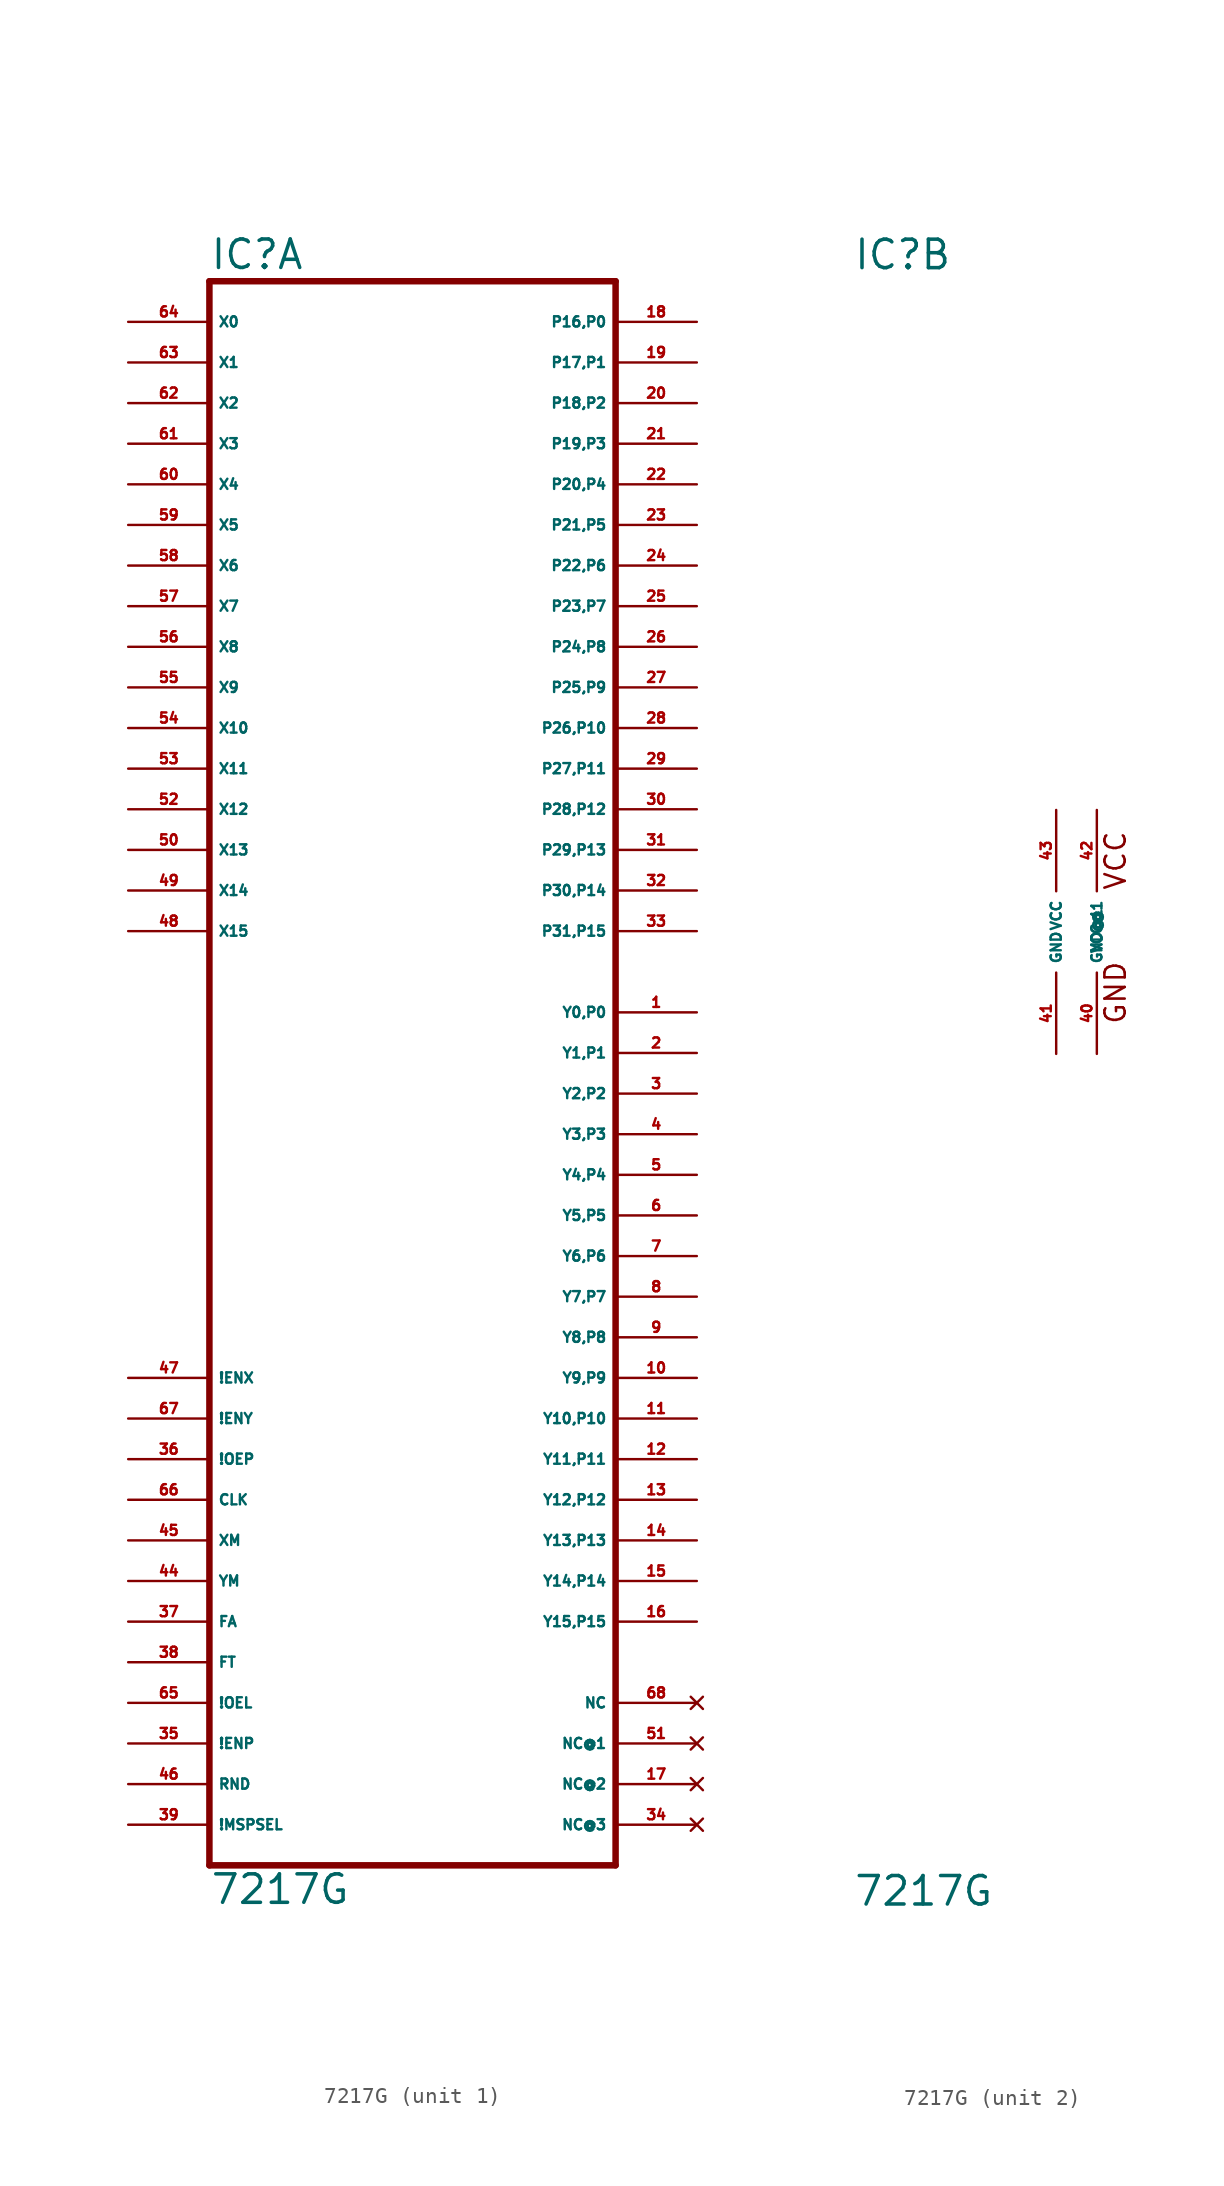
<source format=kicad_sym>
(kicad_symbol_lib
  (version 20220914)
  (generator Eagle2Kicad)
  (symbol "7217G"
    (property "Reference" "IC"
      (at -12.7 41.275 0)
      (effects (font (size 1.778 1.778) (thickness 0.22)) (justify left bottom)))
    (property "Value" "7217G"
      (at -12.7 -60.96 0)
      (effects (font (size 1.778 1.778) (thickness 0.22)) (justify left bottom)))
    (symbol "7217G_1_0"
      (polyline (pts (xy -12.7 -58.42) (xy 12.7 -58.42)) (stroke (width 0.406) (type default)) (fill (type none)))
      (polyline (pts (xy 12.7 -58.42) (xy 12.7 40.64)) (stroke (width 0.406) (type default)) (fill (type none)))
      (polyline (pts (xy 12.7 40.64) (xy -12.7 40.64)) (stroke (width 0.406) (type default)) (fill (type none)))
      (polyline (pts (xy -12.7 40.64) (xy -12.7 -58.42)) (stroke (width 0.406) (type default)) (fill (type none)))
      (pin input line (at -17.78 38.1 0) (length 5.08) (name "X0" (effects (font (size 0.635 0.635) (thickness 0.08)) (justify left bottom))) (number "64" (effects (font (size 0.635 0.635) (thickness 0.08)) (justify left bottom))))
      (pin input line (at -17.78 35.56 0) (length 5.08) (name "X1" (effects (font (size 0.635 0.635) (thickness 0.08)) (justify left bottom))) (number "63" (effects (font (size 0.635 0.635) (thickness 0.08)) (justify left bottom))))
      (pin input line (at -17.78 33.02 0) (length 5.08) (name "X2" (effects (font (size 0.635 0.635) (thickness 0.08)) (justify left bottom))) (number "62" (effects (font (size 0.635 0.635) (thickness 0.08)) (justify left bottom))))
      (pin input line (at -17.78 30.48 0) (length 5.08) (name "X3" (effects (font (size 0.635 0.635) (thickness 0.08)) (justify left bottom))) (number "61" (effects (font (size 0.635 0.635) (thickness 0.08)) (justify left bottom))))
      (pin input line (at -17.78 27.94 0) (length 5.08) (name "X4" (effects (font (size 0.635 0.635) (thickness 0.08)) (justify left bottom))) (number "60" (effects (font (size 0.635 0.635) (thickness 0.08)) (justify left bottom))))
      (pin input line (at -17.78 25.4 0) (length 5.08) (name "X5" (effects (font (size 0.635 0.635) (thickness 0.08)) (justify left bottom))) (number "59" (effects (font (size 0.635 0.635) (thickness 0.08)) (justify left bottom))))
      (pin input line (at -17.78 22.86 0) (length 5.08) (name "X6" (effects (font (size 0.635 0.635) (thickness 0.08)) (justify left bottom))) (number "58" (effects (font (size 0.635 0.635) (thickness 0.08)) (justify left bottom))))
      (pin input line (at -17.78 20.32 0) (length 5.08) (name "X7" (effects (font (size 0.635 0.635) (thickness 0.08)) (justify left bottom))) (number "57" (effects (font (size 0.635 0.635) (thickness 0.08)) (justify left bottom))))
      (pin input line (at -17.78 17.78 0) (length 5.08) (name "X8" (effects (font (size 0.635 0.635) (thickness 0.08)) (justify left bottom))) (number "56" (effects (font (size 0.635 0.635) (thickness 0.08)) (justify left bottom))))
      (pin input line (at -17.78 15.24 0) (length 5.08) (name "X9" (effects (font (size 0.635 0.635) (thickness 0.08)) (justify left bottom))) (number "55" (effects (font (size 0.635 0.635) (thickness 0.08)) (justify left bottom))))
      (pin input line (at -17.78 12.7 0) (length 5.08) (name "X10" (effects (font (size 0.635 0.635) (thickness 0.08)) (justify left bottom))) (number "54" (effects (font (size 0.635 0.635) (thickness 0.08)) (justify left bottom))))
      (pin input line (at -17.78 10.16 0) (length 5.08) (name "X11" (effects (font (size 0.635 0.635) (thickness 0.08)) (justify left bottom))) (number "53" (effects (font (size 0.635 0.635) (thickness 0.08)) (justify left bottom))))
      (pin input line (at -17.78 7.62 0) (length 5.08) (name "X12" (effects (font (size 0.635 0.635) (thickness 0.08)) (justify left bottom))) (number "52" (effects (font (size 0.635 0.635) (thickness 0.08)) (justify left bottom))))
      (pin input line (at -17.78 5.08 0) (length 5.08) (name "X13" (effects (font (size 0.635 0.635) (thickness 0.08)) (justify left bottom))) (number "50" (effects (font (size 0.635 0.635) (thickness 0.08)) (justify left bottom))))
      (pin input line (at -17.78 2.54 0) (length 5.08) (name "X14" (effects (font (size 0.635 0.635) (thickness 0.08)) (justify left bottom))) (number "49" (effects (font (size 0.635 0.635) (thickness 0.08)) (justify left bottom))))
      (pin input line (at -17.78 0 0) (length 5.08) (name "X15" (effects (font (size 0.635 0.635) (thickness 0.08)) (justify left bottom))) (number "48" (effects (font (size 0.635 0.635) (thickness 0.08)) (justify left bottom))))
      (pin bidirectional line (at 17.78 -43.18 180) (length 5.08) (name "Y15,P15" (effects (font (size 0.635 0.635) (thickness 0.08)) (justify left bottom))) (number "16" (effects (font (size 0.635 0.635) (thickness 0.08)) (justify left bottom))))
      (pin bidirectional line (at 17.78 -40.64 180) (length 5.08) (name "Y14,P14" (effects (font (size 0.635 0.635) (thickness 0.08)) (justify left bottom))) (number "15" (effects (font (size 0.635 0.635) (thickness 0.08)) (justify left bottom))))
      (pin bidirectional line (at 17.78 -38.1 180) (length 5.08) (name "Y13,P13" (effects (font (size 0.635 0.635) (thickness 0.08)) (justify left bottom))) (number "14" (effects (font (size 0.635 0.635) (thickness 0.08)) (justify left bottom))))
      (pin bidirectional line (at 17.78 -35.56 180) (length 5.08) (name "Y12,P12" (effects (font (size 0.635 0.635) (thickness 0.08)) (justify left bottom))) (number "13" (effects (font (size 0.635 0.635) (thickness 0.08)) (justify left bottom))))
      (pin bidirectional line (at 17.78 -33.02 180) (length 5.08) (name "Y11,P11" (effects (font (size 0.635 0.635) (thickness 0.08)) (justify left bottom))) (number "12" (effects (font (size 0.635 0.635) (thickness 0.08)) (justify left bottom))))
      (pin bidirectional line (at 17.78 -30.48 180) (length 5.08) (name "Y10,P10" (effects (font (size 0.635 0.635) (thickness 0.08)) (justify left bottom))) (number "11" (effects (font (size 0.635 0.635) (thickness 0.08)) (justify left bottom))))
      (pin bidirectional line (at 17.78 -27.94 180) (length 5.08) (name "Y9,P9" (effects (font (size 0.635 0.635) (thickness 0.08)) (justify left bottom))) (number "10" (effects (font (size 0.635 0.635) (thickness 0.08)) (justify left bottom))))
      (pin bidirectional line (at 17.78 -25.4 180) (length 5.08) (name "Y8,P8" (effects (font (size 0.635 0.635) (thickness 0.08)) (justify left bottom))) (number "9" (effects (font (size 0.635 0.635) (thickness 0.08)) (justify left bottom))))
      (pin bidirectional line (at 17.78 -22.86 180) (length 5.08) (name "Y7,P7" (effects (font (size 0.635 0.635) (thickness 0.08)) (justify left bottom))) (number "8" (effects (font (size 0.635 0.635) (thickness 0.08)) (justify left bottom))))
      (pin bidirectional line (at 17.78 -20.32 180) (length 5.08) (name "Y6,P6" (effects (font (size 0.635 0.635) (thickness 0.08)) (justify left bottom))) (number "7" (effects (font (size 0.635 0.635) (thickness 0.08)) (justify left bottom))))
      (pin bidirectional line (at 17.78 -17.78 180) (length 5.08) (name "Y5,P5" (effects (font (size 0.635 0.635) (thickness 0.08)) (justify left bottom))) (number "6" (effects (font (size 0.635 0.635) (thickness 0.08)) (justify left bottom))))
      (pin bidirectional line (at 17.78 -15.24 180) (length 5.08) (name "Y4,P4" (effects (font (size 0.635 0.635) (thickness 0.08)) (justify left bottom))) (number "5" (effects (font (size 0.635 0.635) (thickness 0.08)) (justify left bottom))))
      (pin bidirectional line (at 17.78 -12.7 180) (length 5.08) (name "Y3,P3" (effects (font (size 0.635 0.635) (thickness 0.08)) (justify left bottom))) (number "4" (effects (font (size 0.635 0.635) (thickness 0.08)) (justify left bottom))))
      (pin bidirectional line (at 17.78 -10.16 180) (length 5.08) (name "Y2,P2" (effects (font (size 0.635 0.635) (thickness 0.08)) (justify left bottom))) (number "3" (effects (font (size 0.635 0.635) (thickness 0.08)) (justify left bottom))))
      (pin bidirectional line (at 17.78 -7.62 180) (length 5.08) (name "Y1,P1" (effects (font (size 0.635 0.635) (thickness 0.08)) (justify left bottom))) (number "2" (effects (font (size 0.635 0.635) (thickness 0.08)) (justify left bottom))))
      (pin bidirectional line (at 17.78 -5.08 180) (length 5.08) (name "Y0,P0" (effects (font (size 0.635 0.635) (thickness 0.08)) (justify left bottom))) (number "1" (effects (font (size 0.635 0.635) (thickness 0.08)) (justify left bottom))))
      (pin input line (at -17.78 -27.94 0) (length 5.08) (name "!ENX" (effects (font (size 0.635 0.635) (thickness 0.08)) (justify left bottom))) (number "47" (effects (font (size 0.635 0.635) (thickness 0.08)) (justify left bottom))))
      (pin input line (at -17.78 -30.48 0) (length 5.08) (name "!ENY" (effects (font (size 0.635 0.635) (thickness 0.08)) (justify left bottom))) (number "67" (effects (font (size 0.635 0.635) (thickness 0.08)) (justify left bottom))))
      (pin input line (at -17.78 -33.02 0) (length 5.08) (name "!OEP" (effects (font (size 0.635 0.635) (thickness 0.08)) (justify left bottom))) (number "36" (effects (font (size 0.635 0.635) (thickness 0.08)) (justify left bottom))))
      (pin input line (at -17.78 -35.56 0) (length 5.08) (name "CLK" (effects (font (size 0.635 0.635) (thickness 0.08)) (justify left bottom))) (number "66" (effects (font (size 0.635 0.635) (thickness 0.08)) (justify left bottom))))
      (pin input line (at -17.78 -38.1 0) (length 5.08) (name "XM" (effects (font (size 0.635 0.635) (thickness 0.08)) (justify left bottom))) (number "45" (effects (font (size 0.635 0.635) (thickness 0.08)) (justify left bottom))))
      (pin input line (at -17.78 -40.64 0) (length 5.08) (name "YM" (effects (font (size 0.635 0.635) (thickness 0.08)) (justify left bottom))) (number "44" (effects (font (size 0.635 0.635) (thickness 0.08)) (justify left bottom))))
      (pin input line (at -17.78 -43.18 0) (length 5.08) (name "FA" (effects (font (size 0.635 0.635) (thickness 0.08)) (justify left bottom))) (number "37" (effects (font (size 0.635 0.635) (thickness 0.08)) (justify left bottom))))
      (pin input line (at -17.78 -45.72 0) (length 5.08) (name "FT" (effects (font (size 0.635 0.635) (thickness 0.08)) (justify left bottom))) (number "38" (effects (font (size 0.635 0.635) (thickness 0.08)) (justify left bottom))))
      (pin input line (at -17.78 -48.26 0) (length 5.08) (name "!OEL" (effects (font (size 0.635 0.635) (thickness 0.08)) (justify left bottom))) (number "65" (effects (font (size 0.635 0.635) (thickness 0.08)) (justify left bottom))))
      (pin input line (at -17.78 -50.8 0) (length 5.08) (name "!ENP" (effects (font (size 0.635 0.635) (thickness 0.08)) (justify left bottom))) (number "35" (effects (font (size 0.635 0.635) (thickness 0.08)) (justify left bottom))))
      (pin input line (at -17.78 -53.34 0) (length 5.08) (name "RND" (effects (font (size 0.635 0.635) (thickness 0.08)) (justify left bottom))) (number "46" (effects (font (size 0.635 0.635) (thickness 0.08)) (justify left bottom))))
      (pin input line (at -17.78 -55.88 0) (length 5.08) (name "!MSPSEL" (effects (font (size 0.635 0.635) (thickness 0.08)) (justify left bottom))) (number "39" (effects (font (size 0.635 0.635) (thickness 0.08)) (justify left bottom))))
      (pin output line (at 17.78 38.1 180) (length 5.08) (name "P16,P0" (effects (font (size 0.635 0.635) (thickness 0.08)) (justify left bottom))) (number "18" (effects (font (size 0.635 0.635) (thickness 0.08)) (justify left bottom))))
      (pin output line (at 17.78 35.56 180) (length 5.08) (name "P17,P1" (effects (font (size 0.635 0.635) (thickness 0.08)) (justify left bottom))) (number "19" (effects (font (size 0.635 0.635) (thickness 0.08)) (justify left bottom))))
      (pin output line (at 17.78 33.02 180) (length 5.08) (name "P18,P2" (effects (font (size 0.635 0.635) (thickness 0.08)) (justify left bottom))) (number "20" (effects (font (size 0.635 0.635) (thickness 0.08)) (justify left bottom))))
      (pin output line (at 17.78 30.48 180) (length 5.08) (name "P19,P3" (effects (font (size 0.635 0.635) (thickness 0.08)) (justify left bottom))) (number "21" (effects (font (size 0.635 0.635) (thickness 0.08)) (justify left bottom))))
      (pin output line (at 17.78 27.94 180) (length 5.08) (name "P20,P4" (effects (font (size 0.635 0.635) (thickness 0.08)) (justify left bottom))) (number "22" (effects (font (size 0.635 0.635) (thickness 0.08)) (justify left bottom))))
      (pin output line (at 17.78 25.4 180) (length 5.08) (name "P21,P5" (effects (font (size 0.635 0.635) (thickness 0.08)) (justify left bottom))) (number "23" (effects (font (size 0.635 0.635) (thickness 0.08)) (justify left bottom))))
      (pin output line (at 17.78 22.86 180) (length 5.08) (name "P22,P6" (effects (font (size 0.635 0.635) (thickness 0.08)) (justify left bottom))) (number "24" (effects (font (size 0.635 0.635) (thickness 0.08)) (justify left bottom))))
      (pin output line (at 17.78 20.32 180) (length 5.08) (name "P23,P7" (effects (font (size 0.635 0.635) (thickness 0.08)) (justify left bottom))) (number "25" (effects (font (size 0.635 0.635) (thickness 0.08)) (justify left bottom))))
      (pin output line (at 17.78 17.78 180) (length 5.08) (name "P24,P8" (effects (font (size 0.635 0.635) (thickness 0.08)) (justify left bottom))) (number "26" (effects (font (size 0.635 0.635) (thickness 0.08)) (justify left bottom))))
      (pin output line (at 17.78 15.24 180) (length 5.08) (name "P25,P9" (effects (font (size 0.635 0.635) (thickness 0.08)) (justify left bottom))) (number "27" (effects (font (size 0.635 0.635) (thickness 0.08)) (justify left bottom))))
      (pin output line (at 17.78 12.7 180) (length 5.08) (name "P26,P10" (effects (font (size 0.635 0.635) (thickness 0.08)) (justify left bottom))) (number "28" (effects (font (size 0.635 0.635) (thickness 0.08)) (justify left bottom))))
      (pin output line (at 17.78 10.16 180) (length 5.08) (name "P27,P11" (effects (font (size 0.635 0.635) (thickness 0.08)) (justify left bottom))) (number "29" (effects (font (size 0.635 0.635) (thickness 0.08)) (justify left bottom))))
      (pin output line (at 17.78 7.62 180) (length 5.08) (name "P28,P12" (effects (font (size 0.635 0.635) (thickness 0.08)) (justify left bottom))) (number "30" (effects (font (size 0.635 0.635) (thickness 0.08)) (justify left bottom))))
      (pin output line (at 17.78 5.08 180) (length 5.08) (name "P29,P13" (effects (font (size 0.635 0.635) (thickness 0.08)) (justify left bottom))) (number "31" (effects (font (size 0.635 0.635) (thickness 0.08)) (justify left bottom))))
      (pin output line (at 17.78 2.54 180) (length 5.08) (name "P30,P14" (effects (font (size 0.635 0.635) (thickness 0.08)) (justify left bottom))) (number "32" (effects (font (size 0.635 0.635) (thickness 0.08)) (justify left bottom))))
      (pin output line (at 17.78 0 180) (length 5.08) (name "P31,P15" (effects (font (size 0.635 0.635) (thickness 0.08)) (justify left bottom))) (number "33" (effects (font (size 0.635 0.635) (thickness 0.08)) (justify left bottom))))
      (pin no_connect line (at 17.78 -48.26 180) (length 5.08) (name "NC" (effects (font (size 0.635 0.635) (thickness 0.08)) (justify left bottom) hide)) (number "68" (effects (font (size 0.635 0.635) (thickness 0.08)) (justify left bottom) hide)))
      (pin no_connect line (at 17.78 -50.8 180) (length 5.08) (name "NC@1" (effects (font (size 0.635 0.635) (thickness 0.08)) (justify left bottom) hide)) (number "51" (effects (font (size 0.635 0.635) (thickness 0.08)) (justify left bottom) hide)))
      (pin no_connect line (at 17.78 -53.34 180) (length 5.08) (name "NC@2" (effects (font (size 0.635 0.635) (thickness 0.08)) (justify left bottom) hide)) (number "17" (effects (font (size 0.635 0.635) (thickness 0.08)) (justify left bottom) hide)))
      (pin no_connect line (at 17.78 -55.88 180) (length 5.08) (name "NC@3" (effects (font (size 0.635 0.635) (thickness 0.08)) (justify left bottom) hide)) (number "34" (effects (font (size 0.635 0.635) (thickness 0.08)) (justify left bottom) hide))))
    (symbol "7217G_2_0"
      (text "VCC" (at 4.445 2.54 900) (effects (font (size 1.27 1.27) (thickness 0.16)) (justify left bottom)))
      (text "GND" (at 4.445 -5.842 900) (effects (font (size 1.27 1.27) (thickness 0.16)) (justify left bottom)))
      (pin unspecified line (at 0 7.62 270) (length 5.08) (name "VCC" (effects (font (size 0.635 0.635) (thickness 0.08)) (justify left bottom))) (number "43" (effects (font (size 0.635 0.635) (thickness 0.08)) (justify left bottom))))
      (pin unspecified line (at 0 -7.62 90) (length 5.08) (name "GND" (effects (font (size 0.635 0.635) (thickness 0.08)) (justify left bottom))) (number "41" (effects (font (size 0.635 0.635) (thickness 0.08)) (justify left bottom))))
      (pin unspecified line (at 2.54 7.62 270) (length 5.08) (name "VCC@1" (effects (font (size 0.635 0.635) (thickness 0.08)) (justify left bottom))) (number "42" (effects (font (size 0.635 0.635) (thickness 0.08)) (justify left bottom))))
      (pin unspecified line (at 2.54 -7.62 90) (length 5.08) (name "GND@1" (effects (font (size 0.635 0.635) (thickness 0.08)) (justify left bottom))) (number "40" (effects (font (size 0.635 0.635) (thickness 0.08)) (justify left bottom)))))))
</source>
